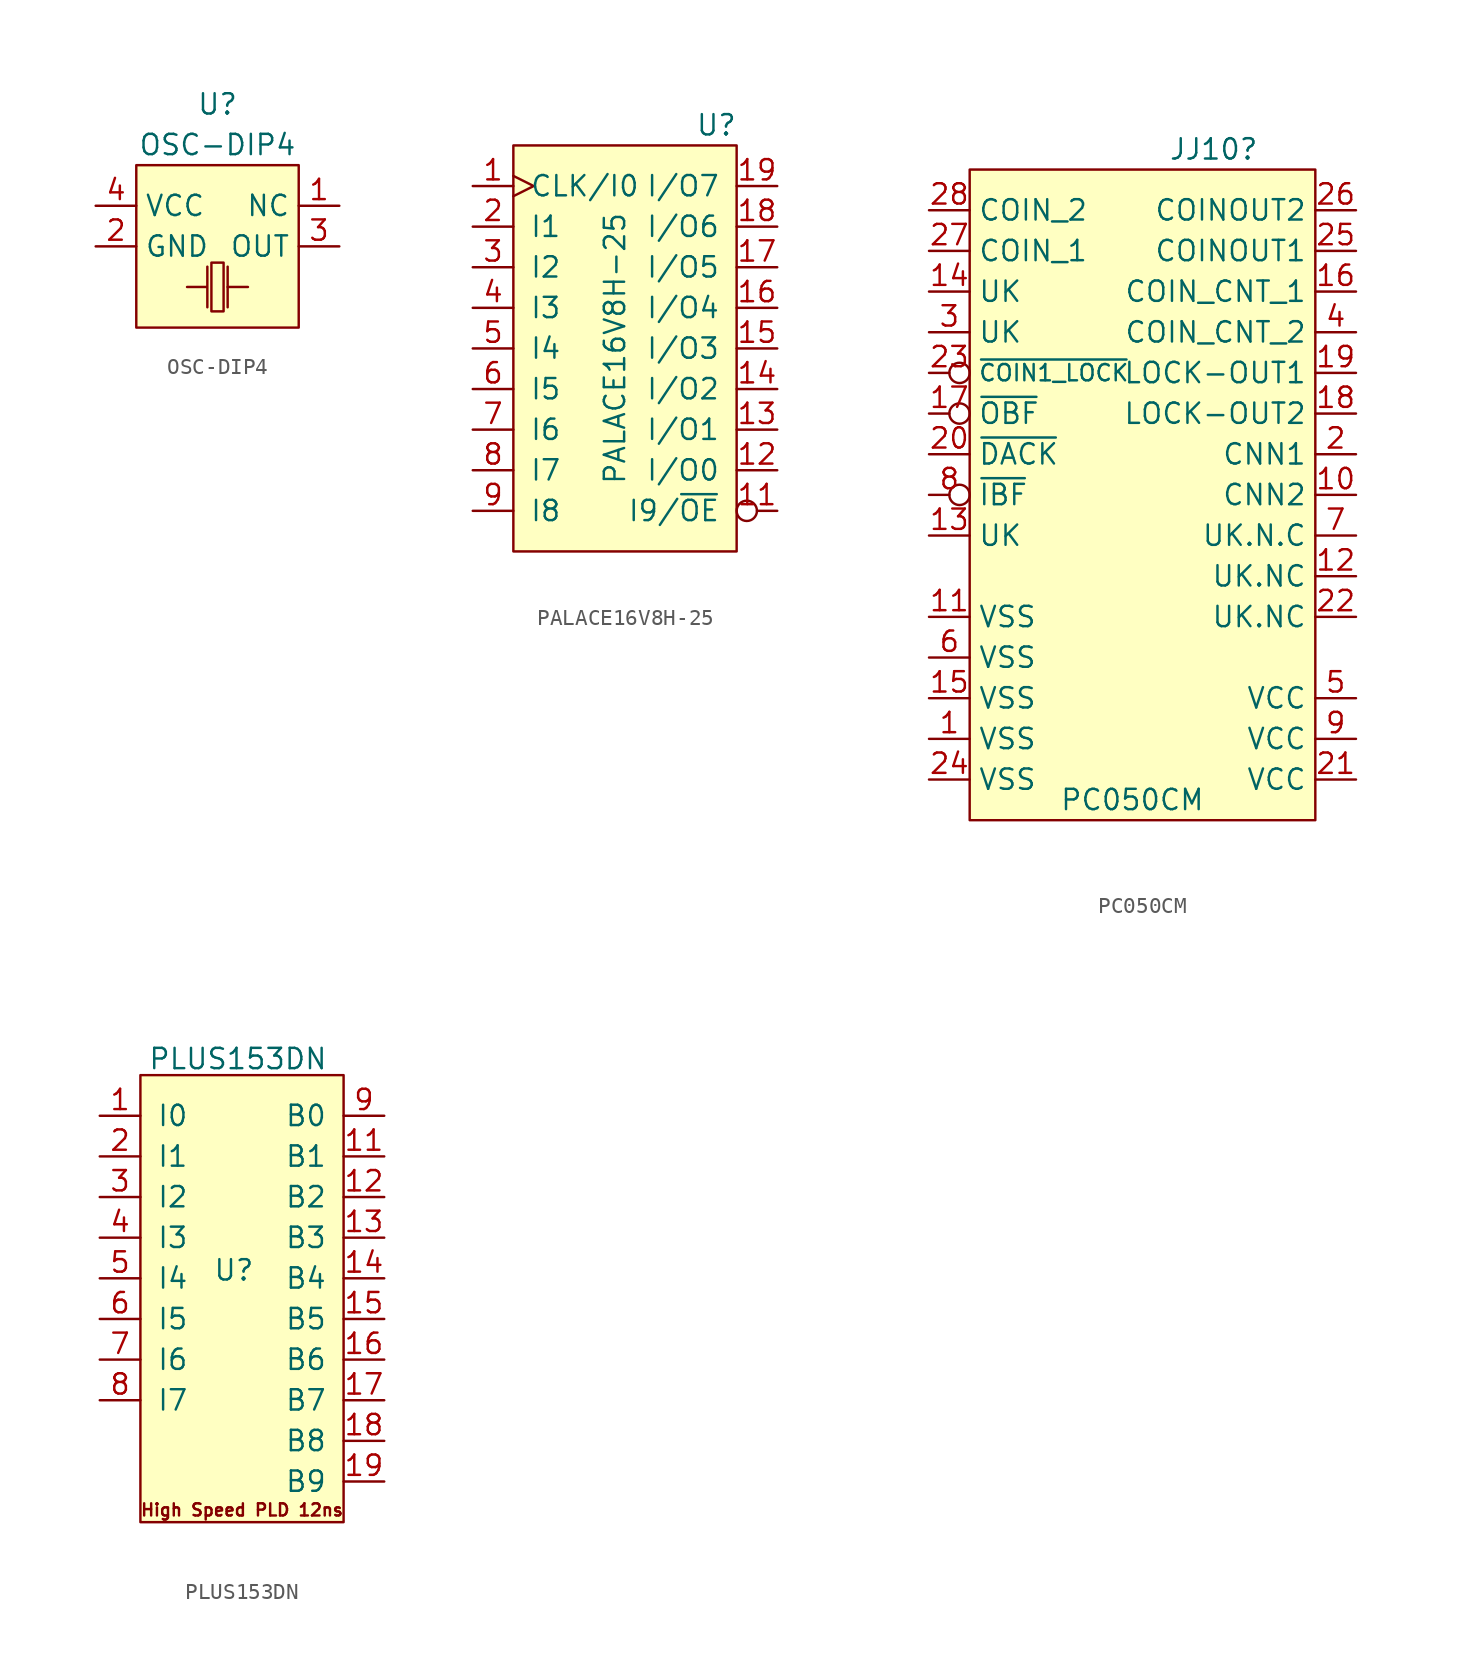
<source format=kicad_sym>
(kicad_symbol_lib
  (version 20231120)
  (generator "kicad_symbol_editor")
  (generator_version "8.0")
  (symbol "OSC-DIP4"
    (property "Reference" "U"
      (at 0 8.89 0)
      (effects (font (size 1.27 1.27))))
    (property "Value" "OSC-DIP4"
      (at 0 6.35 0)
      (effects (font (size 1.27 1.27))))
    (symbol "OSC-DIP4_0_1"
      (rectangle (start -5.08 5.08) (end 5.08 -5.08) (stroke (width 0) (type default)) (fill (type background)))
      (polyline (pts (xy 0.635 -2.54) (xy 1.905 -2.54)) (stroke (width 0) (type default)) (fill (type none)))
      (polyline (pts (xy 0.635 -1.27) (xy 0.635 -3.81)) (stroke (width 0) (type default)) (fill (type none)))
      (polyline (pts (xy -1.905 -2.54) (xy -0.635 -2.54) (xy -0.635 -1.27) (xy -0.635 -2.54) (xy -0.635 -3.81)) (stroke (width 0) (type default)) (fill (type none)))
      (polyline (pts (xy -0.381 -1.016) (xy -0.381 -4.064) (xy 0.381 -4.064) (xy 0.381 -1.016) (xy -0.381 -1.016)) (stroke (width 0) (type default)) (fill (type none))))
    (symbol "OSC-DIP4_1_1"
      (pin passive line (at 7.62 2.54 180) (length 2.54) (name "NC" (effects (font (size 1.27 1.27)))) (number "1" (effects (font (size 1.27 1.27)))))
      (pin power_in line (at -7.62 0 0) (length 2.54) (name "GND" (effects (font (size 1.27 1.27)))) (number "2" (effects (font (size 1.27 1.27)))))
      (pin output line (at 7.62 0 180) (length 2.54) (name "OUT" (effects (font (size 1.27 1.27)))) (number "3" (effects (font (size 1.27 1.27)))))
      (pin power_in line (at -7.62 2.54 0) (length 2.54) (name "VCC" (effects (font (size 1.27 1.27)))) (number "4" (effects (font (size 1.27 1.27)))))))
  (symbol "PALACE16V8H-25"
    (pin_names
      (offset 1.016))
    (property "Reference" "U"
      (at 5.08 13.97 0)
      (effects (font (size 1.27 1.27))))
    (property "Value" "PALACE16V8H-25"
      (at -1.27 0 90)
      (effects (font (size 1.27 1.27))))
    (symbol "PALACE16V8H-25_1_1"
      (rectangle (start -7.62 12.7) (end 6.35 -12.7) (stroke (width 0) (type default)) (fill (type background)))
      (pin input clock (at -10.16 10.16 0) (length 2.54) (name "CLK/I0" (effects (font (size 1.27 1.27)))) (number "1" (effects (font (size 1.27 1.27)))))
      (pin power_in line (at 0 -12.7 90) (length 2.54) hide (name "VSS" (effects (font (size 1.27 1.27)))) (number "10" (effects (font (size 1.27 1.27)))))
      (pin output inverted (at 8.89 -10.16 180) (length 2.54) (name "I9/~{OE}" (effects (font (size 1.27 1.27)))) (number "11" (effects (font (size 1.27 1.27)))))
      (pin bidirectional line (at 8.89 -7.62 180) (length 2.54) (name "I/O0" (effects (font (size 1.27 1.27)))) (number "12" (effects (font (size 1.27 1.27)))))
      (pin bidirectional line (at 8.89 -5.08 180) (length 2.54) (name "I/O1" (effects (font (size 1.27 1.27)))) (number "13" (effects (font (size 1.27 1.27)))))
      (pin bidirectional line (at 8.89 -2.54 180) (length 2.54) (name "I/O2" (effects (font (size 1.27 1.27)))) (number "14" (effects (font (size 1.27 1.27)))))
      (pin bidirectional line (at 8.89 0 180) (length 2.54) (name "I/O3" (effects (font (size 1.27 1.27)))) (number "15" (effects (font (size 1.27 1.27)))))
      (pin bidirectional line (at 8.89 2.54 180) (length 2.54) (name "I/O4" (effects (font (size 1.27 1.27)))) (number "16" (effects (font (size 1.27 1.27)))))
      (pin bidirectional line (at 8.89 5.08 180) (length 2.54) (name "I/O5" (effects (font (size 1.27 1.27)))) (number "17" (effects (font (size 1.27 1.27)))))
      (pin bidirectional line (at 8.89 7.62 180) (length 2.54) (name "I/O6" (effects (font (size 1.27 1.27)))) (number "18" (effects (font (size 1.27 1.27)))))
      (pin bidirectional line (at 8.89 10.16 180) (length 2.54) (name "I/O7" (effects (font (size 1.27 1.27)))) (number "19" (effects (font (size 1.27 1.27)))))
      (pin input line (at -10.16 7.62 0) (length 2.54) (name "I1" (effects (font (size 1.27 1.27)))) (number "2" (effects (font (size 1.27 1.27)))))
      (pin power_in line (at 0 12.7 270) (length 2.54) hide (name "VCC" (effects (font (size 1.27 1.27)))) (number "20" (effects (font (size 1.27 1.27)))))
      (pin input line (at -10.16 5.08 0) (length 2.54) (name "I2" (effects (font (size 1.27 1.27)))) (number "3" (effects (font (size 1.27 1.27)))))
      (pin input line (at -10.16 2.54 0) (length 2.54) (name "I3" (effects (font (size 1.27 1.27)))) (number "4" (effects (font (size 1.27 1.27)))))
      (pin input line (at -10.16 0 0) (length 2.54) (name "I4" (effects (font (size 1.27 1.27)))) (number "5" (effects (font (size 1.27 1.27)))))
      (pin input line (at -10.16 -2.54 0) (length 2.54) (name "I5" (effects (font (size 1.27 1.27)))) (number "6" (effects (font (size 1.27 1.27)))))
      (pin input line (at -10.16 -5.08 0) (length 2.54) (name "I6" (effects (font (size 1.27 1.27)))) (number "7" (effects (font (size 1.27 1.27)))))
      (pin input line (at -10.16 -7.62 0) (length 2.54) (name "I7" (effects (font (size 1.27 1.27)))) (number "8" (effects (font (size 1.27 1.27)))))
      (pin input line (at -10.16 -10.16 0) (length 2.54) (name "I8" (effects (font (size 1.27 1.27)))) (number "9" (effects (font (size 1.27 1.27)))))))
  (symbol "PC050CM"
    (property "Reference" "JJ10"
      (at 5.08 21.59 0)
      (effects (font (size 1.27 1.27))))
    (property "Value" "PC050CM"
      (at 0 -19.05 0)
      (effects (font (size 1.27 1.27))))
    (symbol "PC050CM_0_1"
      (rectangle (start -10.16 20.32) (end 11.43 -20.32) (stroke (width 0.152) (type default)) (fill (type background))))
    (symbol "PC050CM_1_1"
      (pin power_in line (at -12.7 -15.24 0) (length 2.54) (name "VSS" (effects (font (size 1.27 1.27)))) (number "1" (effects (font (size 1.27 1.27)))))
      (pin output line (at 13.97 0 180) (length 2.54) (name "CNN2" (effects (font (size 1.27 1.27)))) (number "10" (effects (font (size 1.27 1.27)))))
      (pin power_in line (at -12.7 -7.62 0) (length 2.54) (name "VSS" (effects (font (size 1.27 1.27)))) (number "11" (effects (font (size 1.27 1.27)))))
      (pin output line (at 13.97 -5.08 180) (length 2.54) (name "UK.NC" (effects (font (size 1.27 1.27)))) (number "12" (effects (font (size 1.27 1.27)))))
      (pin input line (at -12.7 -2.54 0) (length 2.54) (name "UK" (effects (font (size 1.27 1.27)))) (number "13" (effects (font (size 1.27 1.27)))))
      (pin input line (at -12.7 12.7 0) (length 2.54) (name "UK" (effects (font (size 1.27 1.27)))) (number "14" (effects (font (size 1.27 1.27)))))
      (pin power_in line (at -12.7 -12.7 0) (length 2.54) (name "VSS" (effects (font (size 1.27 1.27)))) (number "15" (effects (font (size 1.27 1.27)))))
      (pin output line (at 13.97 12.7 180) (length 2.54) (name "COIN_CNT_1" (effects (font (size 1.27 1.27)))) (number "16" (effects (font (size 1.27 1.27)))))
      (pin input inverted (at -12.7 5.08 0) (length 2.54) (name "~{OBF}" (effects (font (size 1.27 1.27)))) (number "17" (effects (font (size 1.27 1.27)))))
      (pin output line (at 13.97 5.08 180) (length 2.54) (name "LOCK-OUT2" (effects (font (size 1.27 1.27)))) (number "18" (effects (font (size 1.27 1.27)))))
      (pin output line (at 13.97 7.62 180) (length 2.54) (name "LOCK-OUT1" (effects (font (size 1.27 1.27)))) (number "19" (effects (font (size 1.27 1.27)))))
      (pin output line (at 13.97 2.54 180) (length 2.54) (name "CNN1" (effects (font (size 1.27 1.27)))) (number "2" (effects (font (size 1.27 1.27)))))
      (pin input line (at -12.7 2.54 0) (length 2.54) (name "~{DACK}" (effects (font (size 1.27 1.27)))) (number "20" (effects (font (size 1.27 1.27)))))
      (pin power_in line (at 13.97 -17.78 180) (length 2.54) (name "VCC" (effects (font (size 1.27 1.27)))) (number "21" (effects (font (size 1.27 1.27)))))
      (pin output line (at 13.97 -7.62 180) (length 2.54) (name "UK.NC" (effects (font (size 1.27 1.27)))) (number "22" (effects (font (size 1.27 1.27)))))
      (pin input inverted (at -12.7 7.62 0) (length 2.54) (name "~{COIN1_LOCK}" (effects (font (size 1.016 1.016)))) (number "23" (effects (font (size 1.27 1.27)))))
      (pin power_in line (at -12.7 -17.78 0) (length 2.54) (name "VSS" (effects (font (size 1.27 1.27)))) (number "24" (effects (font (size 1.27 1.27)))))
      (pin output line (at 13.97 15.24 180) (length 2.54) (name "COINOUT1" (effects (font (size 1.27 1.27)))) (number "25" (effects (font (size 1.27 1.27)))))
      (pin output line (at 13.97 17.78 180) (length 2.54) (name "COINOUT2" (effects (font (size 1.27 1.27)))) (number "26" (effects (font (size 1.27 1.27)))))
      (pin input line (at -12.7 15.24 0) (length 2.54) (name "COIN_1" (effects (font (size 1.27 1.27)))) (number "27" (effects (font (size 1.27 1.27)))))
      (pin input line (at -12.7 17.78 0) (length 2.54) (name "COIN_2" (effects (font (size 1.27 1.27)))) (number "28" (effects (font (size 1.27 1.27)))))
      (pin input line (at -12.7 10.16 0) (length 2.54) (name "UK" (effects (font (size 1.27 1.27)))) (number "3" (effects (font (size 1.27 1.27)))))
      (pin output line (at 13.97 10.16 180) (length 2.54) (name "COIN_CNT_2" (effects (font (size 1.27 1.27)))) (number "4" (effects (font (size 1.27 1.27)))))
      (pin power_in line (at 13.97 -12.7 180) (length 2.54) (name "VCC" (effects (font (size 1.27 1.27)))) (number "5" (effects (font (size 1.27 1.27)))))
      (pin power_in line (at -12.7 -10.16 0) (length 2.54) (name "VSS" (effects (font (size 1.27 1.27)))) (number "6" (effects (font (size 1.27 1.27)))))
      (pin output line (at 13.97 -2.54 180) (length 2.54) (name "UK.N.C" (effects (font (size 1.27 1.27)))) (number "7" (effects (font (size 1.27 1.27)))))
      (pin input inverted (at -12.7 0 0) (length 2.54) (name "~{IBF}" (effects (font (size 1.27 1.27)))) (number "8" (effects (font (size 1.27 1.27)))))
      (pin power_in line (at 13.97 -15.24 180) (length 2.54) (name "VCC" (effects (font (size 1.27 1.27)))) (number "9" (effects (font (size 1.27 1.27)))))))
  (symbol "PLUS153DN"
    (pin_names
      (offset 1.016))
    (property "Reference" "U"
      (at -0.508 0.508 0)
      (effects (font (size 1.27 1.27))))
    (property "Value" "PLUS153DN"
      (at -0.254 13.716 0)
      (effects (font (size 1.27 1.27))))
    (symbol "PLUS153DN_0_0"
      (text "High Speed PLD 12ns" (at 0 -14.478 0) (effects (font (size 0.762 0.762)))))
    (symbol "PLUS153DN_0_1"
      (rectangle (start -6.35 12.7) (end 6.35 -15.24) (stroke (width 0) (type default)) (fill (type background))))
    (symbol "PLUS153DN_1_1"
      (pin input line (at -8.89 10.16 0) (length 2.54) (name "I0" (effects (font (size 1.27 1.27)))) (number "1" (effects (font (size 1.27 1.27)))))
      (pin power_in line (at 0 -15.24 90) (length 2.54) hide (name "VSS" (effects (font (size 1.27 1.27)))) (number "10" (effects (font (size 1.27 1.27)))))
      (pin tri_state line (at 8.89 7.62 180) (length 2.54) (name "B1" (effects (font (size 1.27 1.27)))) (number "11" (effects (font (size 1.27 1.27)))))
      (pin tri_state line (at 8.89 5.08 180) (length 2.54) (name "B2" (effects (font (size 1.27 1.27)))) (number "12" (effects (font (size 1.27 1.27)))))
      (pin tri_state line (at 8.89 2.54 180) (length 2.54) (name "B3" (effects (font (size 1.27 1.27)))) (number "13" (effects (font (size 1.27 1.27)))))
      (pin tri_state line (at 8.89 0 180) (length 2.54) (name "B4" (effects (font (size 1.27 1.27)))) (number "14" (effects (font (size 1.27 1.27)))))
      (pin tri_state line (at 8.89 -2.54 180) (length 2.54) (name "B5" (effects (font (size 1.27 1.27)))) (number "15" (effects (font (size 1.27 1.27)))))
      (pin tri_state line (at 8.89 -5.08 180) (length 2.54) (name "B6" (effects (font (size 1.27 1.27)))) (number "16" (effects (font (size 1.27 1.27)))))
      (pin tri_state line (at 8.89 -7.62 180) (length 2.54) (name "B7" (effects (font (size 1.27 1.27)))) (number "17" (effects (font (size 1.27 1.27)))))
      (pin tri_state line (at 8.89 -10.16 180) (length 2.54) (name "B8" (effects (font (size 1.27 1.27)))) (number "18" (effects (font (size 1.27 1.27)))))
      (pin tri_state line (at 8.89 -12.7 180) (length 2.54) (name "B9" (effects (font (size 1.27 1.27)))) (number "19" (effects (font (size 1.27 1.27)))))
      (pin input line (at -8.89 7.62 0) (length 2.54) (name "I1" (effects (font (size 1.27 1.27)))) (number "2" (effects (font (size 1.27 1.27)))))
      (pin power_in line (at 0 12.7 270) (length 2.54) hide (name "VCC" (effects (font (size 1.27 1.27)))) (number "20" (effects (font (size 1.27 1.27)))))
      (pin input line (at -8.89 5.08 0) (length 2.54) (name "I2" (effects (font (size 1.27 1.27)))) (number "3" (effects (font (size 1.27 1.27)))))
      (pin input line (at -8.89 2.54 0) (length 2.54) (name "I3" (effects (font (size 1.27 1.27)))) (number "4" (effects (font (size 1.27 1.27)))))
      (pin input line (at -8.89 0 0) (length 2.54) (name "I4" (effects (font (size 1.27 1.27)))) (number "5" (effects (font (size 1.27 1.27)))))
      (pin input line (at -8.89 -2.54 0) (length 2.54) (name "I5" (effects (font (size 1.27 1.27)))) (number "6" (effects (font (size 1.27 1.27)))))
      (pin input line (at -8.89 -5.08 0) (length 2.54) (name "I6" (effects (font (size 1.27 1.27)))) (number "7" (effects (font (size 1.27 1.27)))))
      (pin input line (at -8.89 -7.62 0) (length 2.54) (name "I7" (effects (font (size 1.27 1.27)))) (number "8" (effects (font (size 1.27 1.27)))))
      (pin tri_state line (at 8.89 10.16 180) (length 2.54) (name "B0" (effects (font (size 1.27 1.27)))) (number "9" (effects (font (size 1.27 1.27))))))))
</source>
